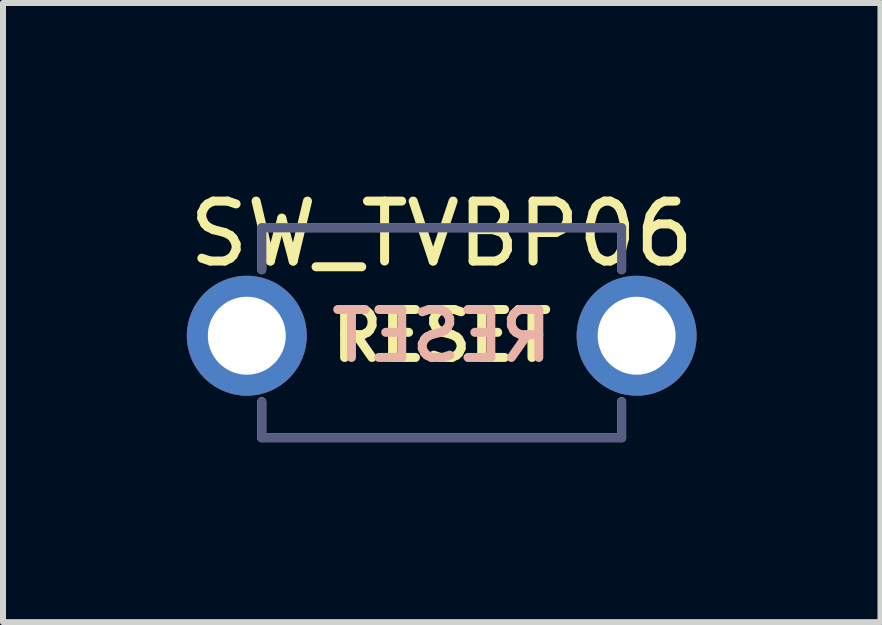
<source format=kicad_pcb>
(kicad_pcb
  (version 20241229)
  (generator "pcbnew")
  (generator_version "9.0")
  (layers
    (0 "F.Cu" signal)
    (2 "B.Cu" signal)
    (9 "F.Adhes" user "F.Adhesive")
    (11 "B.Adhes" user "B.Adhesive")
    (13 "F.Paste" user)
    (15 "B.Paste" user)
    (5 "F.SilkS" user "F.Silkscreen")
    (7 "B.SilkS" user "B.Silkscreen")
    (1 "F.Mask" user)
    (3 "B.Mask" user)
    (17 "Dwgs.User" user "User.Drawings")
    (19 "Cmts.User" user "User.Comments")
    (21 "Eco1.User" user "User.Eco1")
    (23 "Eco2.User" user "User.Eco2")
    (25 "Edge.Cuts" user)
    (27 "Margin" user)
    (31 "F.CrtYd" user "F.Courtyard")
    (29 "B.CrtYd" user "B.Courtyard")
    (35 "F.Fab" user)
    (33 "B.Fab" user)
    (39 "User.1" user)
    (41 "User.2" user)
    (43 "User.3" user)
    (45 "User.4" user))
  (footprint "SW_TVBP06"
    (layer "F.Cu")
    (at 4.315 2.548)
    (property "Reference" "SW_TVBP06" (at 0 -1.7 0) (layer "F.SilkS") (effects (font (size 1 1) (thickness 0.15))))
    (attr through_hole)
    (fp_line (start -3 -1.8) (end -3 -1.1) (stroke (width 0.15) (type solid)) (layer "B.Fab"))
    (fp_line (start -3 -1.8) (end 3 -1.8) (stroke (width 0.15) (type solid)) (layer "B.Fab"))
    (fp_line (start -3 1.7) (end -3 1.1) (stroke (width 0.15) (type solid)) (layer "B.Fab"))
    (fp_line (start 3 -1.8) (end 3 -1.1) (stroke (width 0.15) (type solid)) (layer "B.Fab"))
    (fp_line (start 3 1.7) (end -3 1.7) (stroke (width 0.15) (type solid)) (layer "B.Fab"))
    (fp_line (start 3 1.7) (end 3 1.1) (stroke (width 0.15) (type solid)) (layer "B.Fab"))
    (fp_line (start -3 -1.8) (end -3 -1.1) (stroke (width 0.15) (type solid)) (layer "F.Fab"))
    (fp_line (start -3 1.7) (end -3 1.1) (stroke (width 0.15) (type solid)) (layer "F.Fab"))
    (fp_line (start -3 1.7) (end 3 1.7) (stroke (width 0.15) (type solid)) (layer "F.Fab"))
    (fp_line (start 3 -1.8) (end -3 -1.8) (stroke (width 0.15) (type solid)) (layer "F.Fab"))
    (fp_line (start 3 -1.8) (end 3 -1.1) (stroke (width 0.15) (type solid)) (layer "F.Fab"))
    (fp_line (start 3 1.7) (end 3 1.1) (stroke (width 0.15) (type solid)) (layer "F.Fab"))
    (fp_text user "RESET" (at 0 0 180) (layer "F.SilkS") (effects (font (size 0.8 0.8) (thickness 0.15))))
    (fp_text user "RESET" (at 0 0 0) (layer "B.SilkS") (effects (font (size 0.8 0.8) (thickness 0.15)) (justify mirror)))
    (pad "1" thru_hole circle (at -3.25 0) (size 2 2) (drill 1.3) (layers "*.Cu" "*.Mask"))
    (pad "2" thru_hole circle (at 3.25 0) (size 2 2) (drill 1.3) (layers "*.Cu" "*.Mask")))
  (gr_rect
    (start -3 -3)
    (end 11.631 7.323)
    (stroke (width 0.1) (type default))
    (fill no)
    (layer "Edge.Cuts")))
</source>
